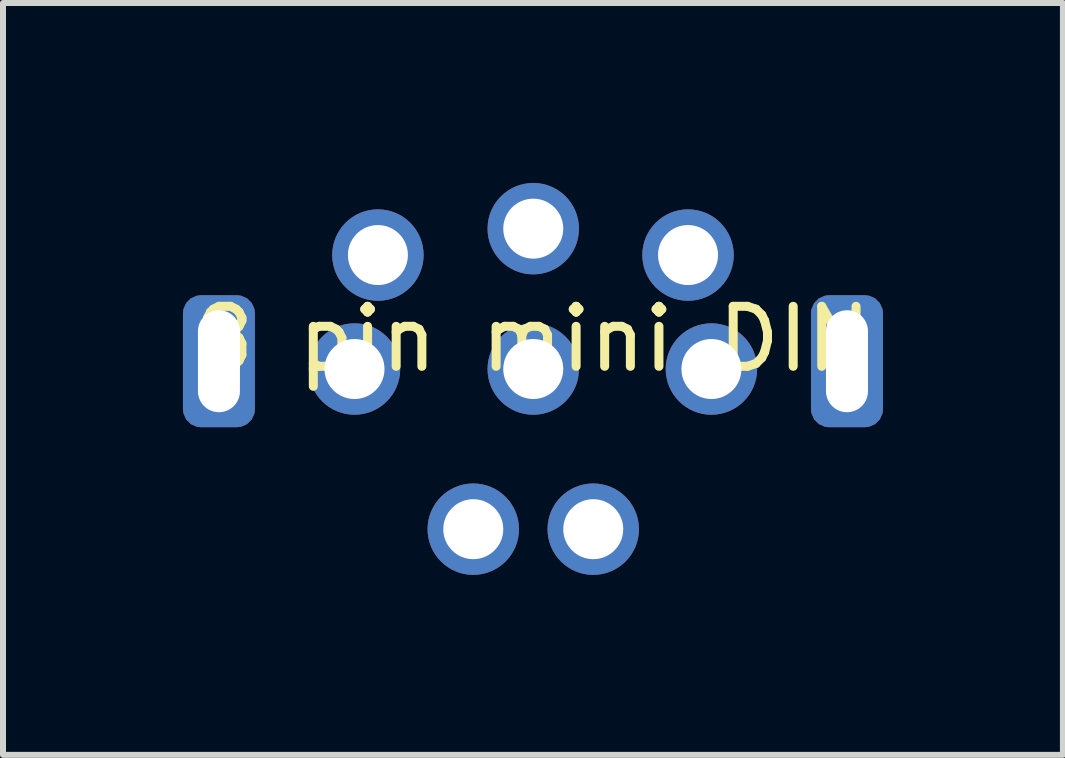
<source format=kicad_pcb>
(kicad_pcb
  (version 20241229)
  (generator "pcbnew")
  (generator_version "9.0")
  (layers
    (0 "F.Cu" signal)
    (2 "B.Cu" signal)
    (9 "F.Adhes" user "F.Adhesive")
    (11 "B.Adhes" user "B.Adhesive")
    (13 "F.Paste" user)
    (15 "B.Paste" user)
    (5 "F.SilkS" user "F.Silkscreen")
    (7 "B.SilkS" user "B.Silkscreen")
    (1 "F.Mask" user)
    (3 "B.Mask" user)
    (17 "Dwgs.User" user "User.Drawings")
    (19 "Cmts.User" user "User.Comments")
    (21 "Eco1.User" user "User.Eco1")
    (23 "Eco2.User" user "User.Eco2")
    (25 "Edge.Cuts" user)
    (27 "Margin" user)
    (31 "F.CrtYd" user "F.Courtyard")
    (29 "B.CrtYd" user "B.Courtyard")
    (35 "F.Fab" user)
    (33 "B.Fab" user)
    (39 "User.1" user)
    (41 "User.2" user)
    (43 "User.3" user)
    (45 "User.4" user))
  (footprint "8 pin mini DIN"
    (layer "F.Cu")
    (at 5.84 3.102)
    (property "Reference" "8 pin mini DIN" (at 0 -0.5 0) (unlocked yes) (layer "F.SilkS") (effects (font (size 1 1) (thickness 0.15))))
    (attr through_hole)
    (pad "1" thru_hole circle (at -1 2.67) (size 1.524 1.524) (drill 1) (layers "*.Cu" "*.Mask"))
    (pad "2" thru_hole circle (at 1 2.67) (size 1.524 1.524) (drill 1) (layers "*.Cu" "*.Mask"))
    (pad "3" thru_hole circle (at -2.98 0) (size 1.524 1.524) (drill 1) (layers "*.Cu" "*.Mask"))
    (pad "4" thru_hole roundrect (at -5.24 -0.13) (size 1.2 2.2) (drill oval 0.7 1.7) (layers "*.Cu" "*.Mask") (roundrect_rratio 0.25))
    (pad "4" thru_hole circle (at 0 0) (size 1.524 1.524) (drill 1) (layers "*.Cu" "*.Mask"))
    (pad "4" thru_hole roundrect (at 5.23 -0.13) (size 1.2 2.2) (drill oval 0.7 1.7) (layers "*.Cu" "*.Mask") (roundrect_rratio 0.25))
    (pad "5" thru_hole circle (at 2.97 0) (size 1.524 1.524) (drill 1) (layers "*.Cu" "*.Mask"))
    (pad "6" thru_hole circle (at -2.59 -1.9) (size 1.524 1.524) (drill 1) (layers "*.Cu" "*.Mask"))
    (pad "7" thru_hole circle (at 0 -2.34) (size 1.524 1.524) (drill 1) (layers "*.Cu" "*.Mask"))
    (pad "8" thru_hole circle (at 2.58 -1.9) (size 1.524 1.524) (drill 1) (layers "*.Cu" "*.Mask")))
  (gr_rect
    (start -3 -3)
    (end 14.67 9.534)
    (stroke (width 0.1) (type default))
    (fill no)
    (layer "Edge.Cuts")))
</source>
